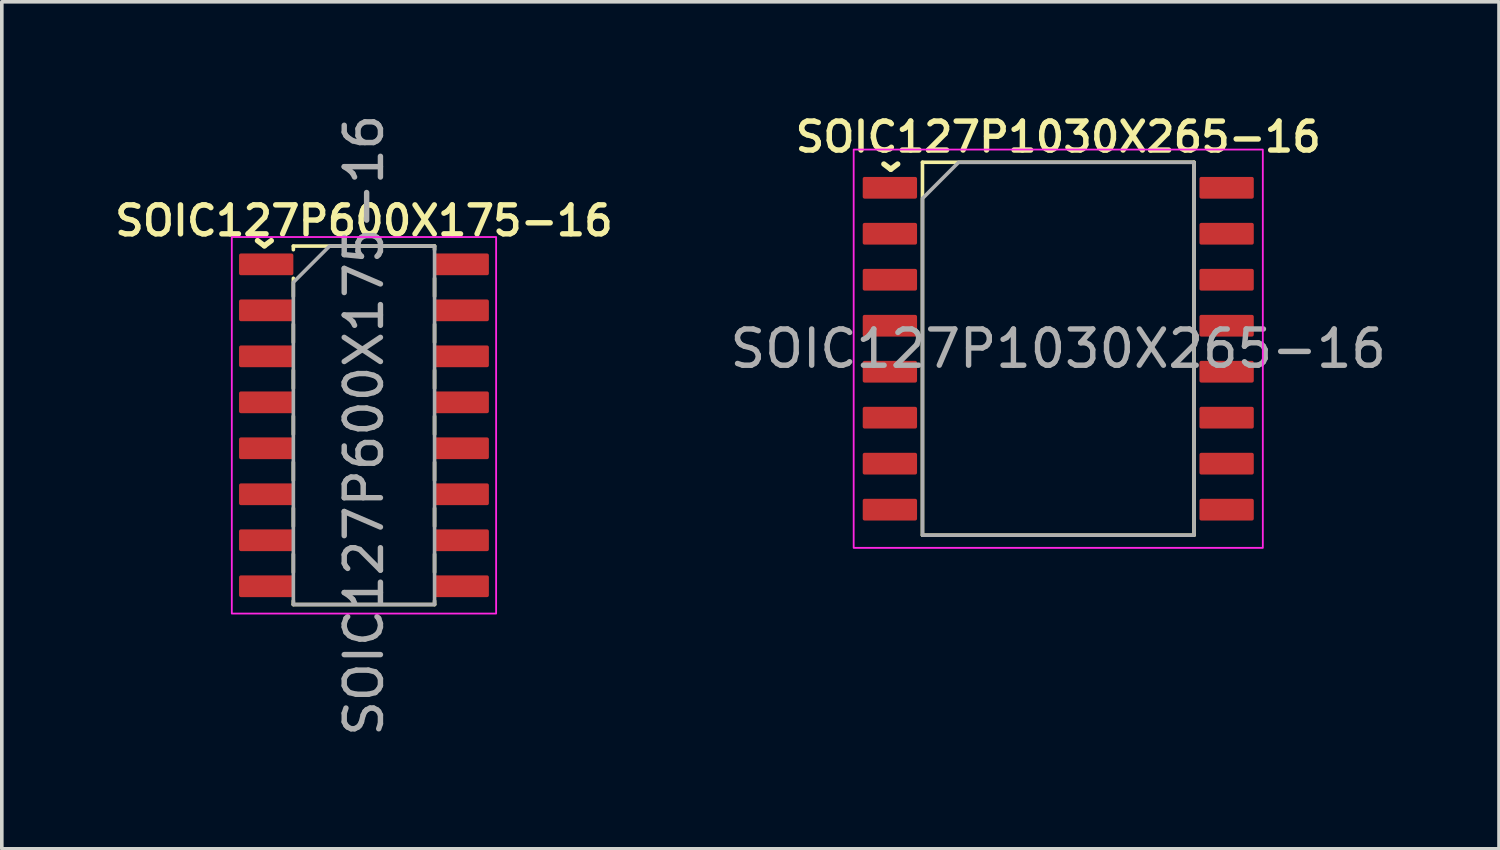
<source format=kicad_pcb>
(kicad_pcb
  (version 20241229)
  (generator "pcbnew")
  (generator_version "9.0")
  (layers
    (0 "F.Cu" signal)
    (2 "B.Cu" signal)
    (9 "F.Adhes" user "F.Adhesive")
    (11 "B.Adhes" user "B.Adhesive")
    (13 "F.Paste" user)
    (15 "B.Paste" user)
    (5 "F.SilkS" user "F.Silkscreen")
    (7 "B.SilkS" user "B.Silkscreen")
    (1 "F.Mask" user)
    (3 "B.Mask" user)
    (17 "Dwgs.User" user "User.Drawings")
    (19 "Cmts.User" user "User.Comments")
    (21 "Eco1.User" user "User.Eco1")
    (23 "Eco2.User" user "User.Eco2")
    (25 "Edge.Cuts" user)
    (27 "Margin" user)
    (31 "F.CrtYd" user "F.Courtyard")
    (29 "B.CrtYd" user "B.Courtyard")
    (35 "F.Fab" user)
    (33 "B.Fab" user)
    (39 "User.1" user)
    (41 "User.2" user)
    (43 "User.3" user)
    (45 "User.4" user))
  (footprint "SOIC127P1030X265-16"
    (layer "F.Cu")
    (at 26.177 6.581)
    (property "Reference" "SOIC127P1030X265-16" (at 0 -5.85 0) (layer "F.SilkS") (effects (font (size 0.8 0.8) (thickness 0.15))))
    (attr smd)
    (fp_line (start -3.75 -5.15) (end 3.75 -5.15) (stroke (width 0.1) (type solid)) (layer "F.SilkS"))
    (fp_line (start -3.75 5.145) (end -3.75 -5.15) (stroke (width 0.1) (type solid)) (layer "F.SilkS"))
    (fp_line (start -3.75 5.15) (end 3.75 5.15) (stroke (width 0.1) (type solid)) (layer "F.SilkS"))
    (fp_line (start 3.75 5.15) (end 3.75 -5.15) (stroke (width 0.1) (type solid)) (layer "F.SilkS"))
    (fp_poly (pts (xy 5.65 5.5) (xy 5.65 -5.5) (xy -5.65 -5.5) (xy -5.65 5.5)) (stroke (width 0.05) (type solid)) (fill no) (layer "F.CrtYd"))
    (fp_poly (pts (xy -2.75 -5.15) (xy -3.75 -4.15) (xy -3.75 5.15) (xy 3.75 5.15) (xy 3.75 -5.15)) (stroke (width 0.1) (type solid)) (fill no) (layer "F.Fab"))
    (fp_text user "^" (at -4.625 -5.55 180) (unlocked yes) (layer "F.SilkS") (effects (font (size 1 1) (thickness 0.15))))
    (fp_text user "${REFERENCE}" (at 0 0 0) (layer "F.Fab") (effects (font (size 1 1) (thickness 0.15))))
    (pad "1" smd roundrect (at -4.65 -4.445) (size 1.5 0.6) (layers "F.Cu" "F.Mask" "F.Paste") (roundrect_rratio 0.083))
    (pad "2" smd roundrect (at -4.65 -3.175) (size 1.5 0.6) (layers "F.Cu" "F.Mask" "F.Paste") (roundrect_rratio 0.083))
    (pad "3" smd roundrect (at -4.65 -1.905) (size 1.5 0.6) (layers "F.Cu" "F.Mask" "F.Paste") (roundrect_rratio 0.083))
    (pad "4" smd roundrect (at -4.65 -0.635) (size 1.5 0.6) (layers "F.Cu" "F.Mask" "F.Paste") (roundrect_rratio 0.083))
    (pad "5" smd roundrect (at -4.65 0.635) (size 1.5 0.6) (layers "F.Cu" "F.Mask" "F.Paste") (roundrect_rratio 0.083))
    (pad "6" smd roundrect (at -4.65 1.905) (size 1.5 0.6) (layers "F.Cu" "F.Mask" "F.Paste") (roundrect_rratio 0.083))
    (pad "7" smd roundrect (at -4.65 3.175) (size 1.5 0.6) (layers "F.Cu" "F.Mask" "F.Paste") (roundrect_rratio 0.083))
    (pad "8" smd roundrect (at -4.65 4.445) (size 1.5 0.6) (layers "F.Cu" "F.Mask" "F.Paste") (roundrect_rratio 0.083))
    (pad "9" smd roundrect (at 4.65 4.445) (size 1.5 0.6) (layers "F.Cu" "F.Mask" "F.Paste") (roundrect_rratio 0.083))
    (pad "10" smd roundrect (at 4.65 3.175) (size 1.5 0.6) (layers "F.Cu" "F.Mask" "F.Paste") (roundrect_rratio 0.083))
    (pad "11" smd roundrect (at 4.65 1.905) (size 1.5 0.6) (layers "F.Cu" "F.Mask" "F.Paste") (roundrect_rratio 0.083))
    (pad "12" smd roundrect (at 4.65 0.635) (size 1.5 0.6) (layers "F.Cu" "F.Mask" "F.Paste") (roundrect_rratio 0.083))
    (pad "13" smd roundrect (at 4.65 -0.635) (size 1.5 0.6) (layers "F.Cu" "F.Mask" "F.Paste") (roundrect_rratio 0.083))
    (pad "14" smd roundrect (at 4.65 -1.905) (size 1.5 0.6) (layers "F.Cu" "F.Mask" "F.Paste") (roundrect_rratio 0.083))
    (pad "15" smd roundrect (at 4.65 -3.175) (size 1.5 0.6) (layers "F.Cu" "F.Mask" "F.Paste") (roundrect_rratio 0.083))
    (pad "16" smd roundrect (at 4.65 -4.445) (size 1.5 0.6) (layers "F.Cu" "F.Mask" "F.Paste") (roundrect_rratio 0.083)))
  (footprint "SOIC127P600X175-16"
    (layer "F.Cu")
    (at 7.002 8.696)
    (property "Reference" "SOIC127P600X175-16" (at 0 -5.65 0) (layer "F.SilkS") (effects (font (size 0.8 0.8) (thickness 0.15))))
    (attr smd)
    (fp_line (start -1.95 -4.06) (end -1.95 -3.56) (stroke (width 0.1) (type default)) (layer "F.SilkS"))
    (fp_line (start -1.95 -2.79) (end -1.95 -2.29) (stroke (width 0.1) (type default)) (layer "F.SilkS"))
    (fp_line (start -1.95 -1.52) (end -1.95 -1.02) (stroke (width 0.1) (type default)) (layer "F.SilkS"))
    (fp_line (start -1.95 -0.25) (end -1.95 0.25) (stroke (width 0.1) (type default)) (layer "F.SilkS"))
    (fp_line (start -1.95 1.02) (end -1.95 1.52) (stroke (width 0.1) (type default)) (layer "F.SilkS"))
    (fp_line (start -1.95 2.29) (end -1.95 2.79) (stroke (width 0.1) (type default)) (layer "F.SilkS"))
    (fp_line (start -1.95 3.56) (end -1.95 4.06) (stroke (width 0.1) (type default)) (layer "F.SilkS"))
    (fp_line (start -1.95 4.95) (end -1.95 4.85) (stroke (width 0.1) (type default)) (layer "F.SilkS"))
    (fp_line (start -1.95 4.95) (end 1.95 4.95) (stroke (width 0.1) (type default)) (layer "F.SilkS"))
    (fp_line (start -1.95 -4.95) (end -1.95 -4.85) (stroke (width 0.1) (type default)) (layer "F.SilkS"))
    (fp_line (start 1.95 -4.95) (end -1.95 -4.95) (stroke (width 0.1) (type default)) (layer "F.SilkS"))
    (fp_line (start 1.95 -4.95) (end 1.95 -4.85) (stroke (width 0.1) (type default)) (layer "F.SilkS"))
    (fp_line (start 1.95 -4.06) (end 1.95 -3.56) (stroke (width 0.1) (type default)) (layer "F.SilkS"))
    (fp_line (start 1.95 -2.79) (end 1.95 -2.29) (stroke (width 0.1) (type default)) (layer "F.SilkS"))
    (fp_line (start 1.95 -1.52) (end 1.95 -1.02) (stroke (width 0.1) (type default)) (layer "F.SilkS"))
    (fp_line (start 1.95 -0.25) (end 1.95 0.25) (stroke (width 0.1) (type default)) (layer "F.SilkS"))
    (fp_line (start 1.95 1.02) (end 1.95 1.52) (stroke (width 0.1) (type default)) (layer "F.SilkS"))
    (fp_line (start 1.95 2.29) (end 1.95 2.79) (stroke (width 0.1) (type default)) (layer "F.SilkS"))
    (fp_line (start 1.95 3.56) (end 1.95 4.06) (stroke (width 0.1) (type default)) (layer "F.SilkS"))
    (fp_line (start 1.95 4.95) (end 1.95 4.85) (stroke (width 0.1) (type default)) (layer "F.SilkS"))
    (fp_rect (start -3.65 -5.2) (end 3.65 5.2) (stroke (width 0.05) (type default)) (fill no) (layer "F.CrtYd"))
    (fp_poly (pts (xy -0.95 -4.95) (xy -1.95 -3.95) (xy -1.95 4.95) (xy 1.95 4.95) (xy 1.95 -4.95)) (stroke (width 0.1) (type solid)) (fill no) (layer "F.Fab"))
    (fp_text user "^" (at -2.75 -5.55 180) (unlocked yes) (layer "F.SilkS") (effects (font (size 1 1) (thickness 0.15))))
    (fp_text user "${REFERENCE}" (at 0 0 90) (layer "F.Fab") (effects (font (size 1 1) (thickness 0.15))))
    (pad "1" smd roundrect (at -2.7 -4.445) (size 1.5 0.6) (layers "F.Cu" "F.Mask" "F.Paste") (roundrect_rratio 0.083))
    (pad "2" smd roundrect (at -2.7 -3.175) (size 1.5 0.6) (layers "F.Cu" "F.Mask" "F.Paste") (roundrect_rratio 0.083))
    (pad "3" smd roundrect (at -2.7 -1.905) (size 1.5 0.6) (layers "F.Cu" "F.Mask" "F.Paste") (roundrect_rratio 0.083))
    (pad "4" smd roundrect (at -2.7 -0.635) (size 1.5 0.6) (layers "F.Cu" "F.Mask" "F.Paste") (roundrect_rratio 0.083))
    (pad "5" smd roundrect (at -2.7 0.635) (size 1.5 0.6) (layers "F.Cu" "F.Mask" "F.Paste") (roundrect_rratio 0.083))
    (pad "6" smd roundrect (at -2.7 1.905) (size 1.5 0.6) (layers "F.Cu" "F.Mask" "F.Paste") (roundrect_rratio 0.083))
    (pad "7" smd roundrect (at -2.7 3.175) (size 1.5 0.6) (layers "F.Cu" "F.Mask" "F.Paste") (roundrect_rratio 0.083))
    (pad "8" smd roundrect (at -2.7 4.445) (size 1.5 0.6) (layers "F.Cu" "F.Mask" "F.Paste") (roundrect_rratio 0.083))
    (pad "9" smd roundrect (at 2.7 4.445) (size 1.5 0.6) (layers "F.Cu" "F.Mask" "F.Paste") (roundrect_rratio 0.083))
    (pad "10" smd roundrect (at 2.7 3.175) (size 1.5 0.6) (layers "F.Cu" "F.Mask" "F.Paste") (roundrect_rratio 0.083))
    (pad "11" smd roundrect (at 2.7 1.905) (size 1.5 0.6) (layers "F.Cu" "F.Mask" "F.Paste") (roundrect_rratio 0.083))
    (pad "12" smd roundrect (at 2.7 0.635) (size 1.5 0.6) (layers "F.Cu" "F.Mask" "F.Paste") (roundrect_rratio 0.083))
    (pad "13" smd roundrect (at 2.7 -0.635) (size 1.5 0.6) (layers "F.Cu" "F.Mask" "F.Paste") (roundrect_rratio 0.083))
    (pad "14" smd roundrect (at 2.7 -1.905) (size 1.5 0.6) (layers "F.Cu" "F.Mask" "F.Paste") (roundrect_rratio 0.083))
    (pad "15" smd roundrect (at 2.7 -3.175) (size 1.5 0.6) (layers "F.Cu" "F.Mask" "F.Paste") (roundrect_rratio 0.083))
    (pad "16" smd roundrect (at 2.7 -4.445) (size 1.5 0.6) (layers "F.Cu" "F.Mask" "F.Paste") (roundrect_rratio 0.083)))
  (gr_rect
    (start -3 -3)
    (end 38.35 20.393)
    (stroke (width 0.1) (type default))
    (fill no)
    (layer "Edge.Cuts")))
</source>
